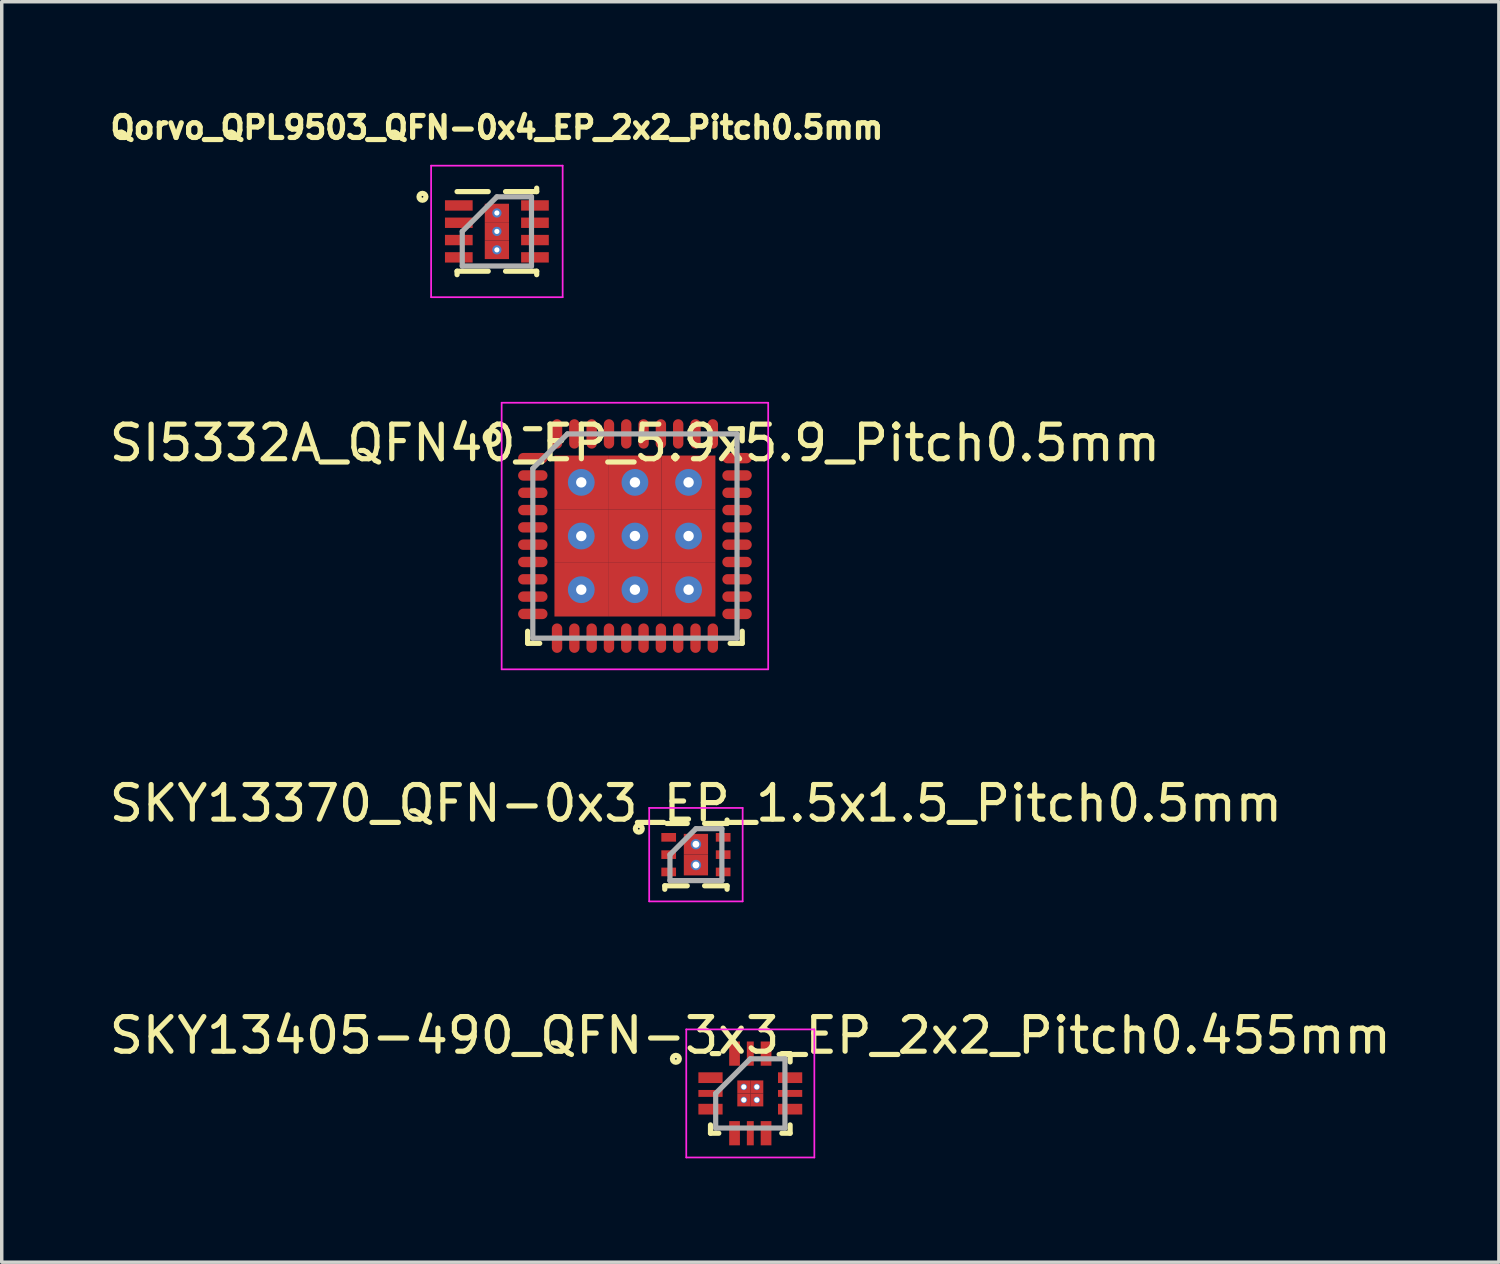
<source format=kicad_pcb>
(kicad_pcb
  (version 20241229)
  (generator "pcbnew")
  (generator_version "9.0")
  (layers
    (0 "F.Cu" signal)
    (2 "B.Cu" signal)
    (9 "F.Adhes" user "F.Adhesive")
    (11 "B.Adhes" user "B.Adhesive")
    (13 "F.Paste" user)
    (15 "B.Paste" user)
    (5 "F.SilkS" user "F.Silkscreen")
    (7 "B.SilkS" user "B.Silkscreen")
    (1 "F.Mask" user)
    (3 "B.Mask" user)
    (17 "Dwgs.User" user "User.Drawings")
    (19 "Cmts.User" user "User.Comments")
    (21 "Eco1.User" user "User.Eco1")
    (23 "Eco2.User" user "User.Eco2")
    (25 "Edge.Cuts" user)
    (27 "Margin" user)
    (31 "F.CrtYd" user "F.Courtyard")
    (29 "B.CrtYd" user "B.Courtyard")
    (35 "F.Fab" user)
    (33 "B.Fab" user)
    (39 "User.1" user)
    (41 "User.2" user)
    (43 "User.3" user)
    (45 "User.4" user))
  (footprint "Qorvo_QPL9503_QFN-0x4_EP_2x2_Pitch0.5mm"
    (layer "F.Cu")
    (at 11.304 3.635)
    (property "Reference" "Qorvo_QPL9503_QFN-0x4_EP_2x2_Pitch0.5mm" (at 0 -3 0) (layer "F.SilkS") (effects (font (size 0.635 0.635) (thickness 0.15))))
    (attr smd)
    (fp_line (start -1.15 1.15) (end -1.15 1.25) (stroke (width 0.15) (type solid)) (layer "F.SilkS"))
    (fp_line (start -0.25 -1.15) (end -1.15 -1.15) (stroke (width 0.15) (type solid)) (layer "F.SilkS"))
    (fp_line (start -0.25 1.15) (end -1.15 1.15) (stroke (width 0.15) (type solid)) (layer "F.SilkS"))
    (fp_line (start 0.25 -1.15) (end 1.15 -1.15) (stroke (width 0.15) (type solid)) (layer "F.SilkS"))
    (fp_line (start 0.25 1.15) (end 1.15 1.15) (stroke (width 0.15) (type solid)) (layer "F.SilkS"))
    (fp_line (start 1.15 -1.15) (end 1.15 -1.25) (stroke (width 0.15) (type solid)) (layer "F.SilkS"))
    (fp_line (start 1.15 1.15) (end 1.15 1.25) (stroke (width 0.15) (type solid)) (layer "F.SilkS"))
    (fp_circle (center -2.15 -1) (end -2.15 -0.9) (stroke (width 0.15) (type solid)) (fill no) (layer "F.SilkS"))
    (fp_line (start -1.9 -1.9) (end 1.9 -1.9) (stroke (width 0.05) (type solid)) (layer "F.CrtYd"))
    (fp_line (start -1.9 1.9) (end -1.9 -1.9) (stroke (width 0.05) (type solid)) (layer "F.CrtYd"))
    (fp_line (start 1.9 -1.9) (end 1.9 1.9) (stroke (width 0.05) (type solid)) (layer "F.CrtYd"))
    (fp_line (start 1.9 1.9) (end -1.9 1.9) (stroke (width 0.05) (type solid)) (layer "F.CrtYd"))
    (fp_line (start -1 0) (end -1 1) (stroke (width 0.15) (type solid)) (layer "F.Fab"))
    (fp_line (start -1 1) (end 1 1) (stroke (width 0.15) (type solid)) (layer "F.Fab"))
    (fp_line (start 0 -1) (end -1 0) (stroke (width 0.15) (type solid)) (layer "F.Fab"))
    (fp_line (start 1 -1) (end 0 -1) (stroke (width 0.15) (type solid)) (layer "F.Fab"))
    (fp_line (start 1 1) (end 1 -1) (stroke (width 0.15) (type solid)) (layer "F.Fab"))
    (pad "1" smd rect (at -1.1 -0.75 90) (size 0.3 0.8) (layers "F.Cu" "F.Mask" "F.Paste"))
    (pad "2" smd rect (at -1.1 -0.25 90) (size 0.3 0.8) (layers "F.Cu" "F.Mask" "F.Paste"))
    (pad "3" smd rect (at -1.1 0.25 90) (size 0.3 0.8) (layers "F.Cu" "F.Mask" "F.Paste"))
    (pad "4" smd rect (at -1.1 0.75 90) (size 0.3 0.8) (layers "F.Cu" "F.Mask" "F.Paste"))
    (pad "5" smd rect (at 1.1 0.75 90) (size 0.3 0.8) (layers "F.Cu" "F.Mask" "F.Paste"))
    (pad "6" smd rect (at 1.1 0.25 90) (size 0.3 0.8) (layers "F.Cu" "F.Mask" "F.Paste"))
    (pad "7" smd rect (at 1.1 -0.25 90) (size 0.3 0.8) (layers "F.Cu" "F.Mask" "F.Paste"))
    (pad "8" smd rect (at 1.1 -0.75 90) (size 0.3 0.8) (layers "F.Cu" "F.Mask" "F.Paste"))
    (pad "9" thru_hole circle (at 0 -0.533) (size 0.267 0.267) (drill 0.15) (layers "*.Cu" "*.Mask"))
    (pad "9" smd rect (at 0 -0.533) (size 0.7 0.533) (layers "F.Cu" "F.Mask" "F.Paste"))
    (pad "9" thru_hole circle (at 0 0) (size 0.267 0.267) (drill 0.15) (layers "*.Cu" "*.Mask"))
    (pad "9" smd rect (at 0 0) (size 0.7 0.533) (layers "F.Cu" "F.Mask" "F.Paste"))
    (pad "9" thru_hole circle (at 0 0.533) (size 0.267 0.267) (drill 0.15) (layers "*.Cu" "*.Mask"))
    (pad "9" smd rect (at 0 0.533) (size 0.7 0.533) (layers "F.Cu" "F.Mask" "F.Paste")))
  (footprint "SI5332A_QFN40_EP_5.9x5.9_Pitch0.5mm"
    (layer "F.Cu")
    (at 15.292 12.435)
    (property "Reference" "SI5332A_QFN40_EP_5.9x5.9_Pitch0.5mm" (at 0 -2.688 0) (layer "F.SilkS") (effects (font (size 1 1) (thickness 0.15))))
    (attr through_hole)
    (fp_line (start -3.1 3.1) (end -3.1 2.75) (stroke (width 0.15) (type solid)) (layer "F.SilkS"))
    (fp_line (start -2.75 -3.1) (end -3.163 -3.1) (stroke (width 0.15) (type solid)) (layer "F.SilkS"))
    (fp_line (start -2.75 3.1) (end -3.1 3.1) (stroke (width 0.15) (type solid)) (layer "F.SilkS"))
    (fp_line (start 2.75 -3.1) (end 3.1 -3.1) (stroke (width 0.15) (type solid)) (layer "F.SilkS"))
    (fp_line (start 2.75 3.1) (end 3.1 3.1) (stroke (width 0.15) (type solid)) (layer "F.SilkS"))
    (fp_line (start 3.1 -3.1) (end 3.1 -2.75) (stroke (width 0.15) (type solid)) (layer "F.SilkS"))
    (fp_line (start 3.1 3.1) (end 3.1 2.75) (stroke (width 0.15) (type solid)) (layer "F.SilkS"))
    (fp_circle (center -4.125 -2.85) (end -4.125 -2.65) (stroke (width 0.15) (type solid)) (fill no) (layer "F.SilkS"))
    (fp_line (start -3.85 -3.85) (end 3.85 -3.85) (stroke (width 0.05) (type solid)) (layer "F.CrtYd"))
    (fp_line (start -3.85 3.85) (end -3.85 -3.85) (stroke (width 0.05) (type solid)) (layer "F.CrtYd"))
    (fp_line (start 3.85 -3.85) (end 3.85 3.85) (stroke (width 0.05) (type solid)) (layer "F.CrtYd"))
    (fp_line (start 3.85 3.85) (end -3.85 3.85) (stroke (width 0.05) (type solid)) (layer "F.CrtYd"))
    (fp_line (start -2.95 -1.95) (end -2.95 2.95) (stroke (width 0.15) (type solid)) (layer "F.Fab"))
    (fp_line (start -2.95 2.95) (end 2.95 2.95) (stroke (width 0.15) (type solid)) (layer "F.Fab"))
    (fp_line (start -1.95 -2.95) (end -2.95 -1.95) (stroke (width 0.15) (type solid)) (layer "F.Fab"))
    (fp_line (start 2.95 -2.95) (end -1.95 -2.95) (stroke (width 0.15) (type solid)) (layer "F.Fab"))
    (fp_line (start 2.95 2.95) (end 2.95 -2.95) (stroke (width 0.15) (type solid)) (layer "F.Fab"))
    (pad "1" smd oval (at -2.95 -2.25 90) (size 0.3 0.85) (layers "F.Cu" "F.Mask" "F.Paste"))
    (pad "2" smd oval (at -2.95 -1.75 90) (size 0.3 0.85) (layers "F.Cu" "F.Mask" "F.Paste"))
    (pad "3" smd oval (at -2.95 -1.25 90) (size 0.3 0.85) (layers "F.Cu" "F.Mask" "F.Paste"))
    (pad "4" smd oval (at -2.95 -0.75 90) (size 0.3 0.85) (layers "F.Cu" "F.Mask" "F.Paste"))
    (pad "5" smd oval (at -2.95 -0.25 90) (size 0.3 0.85) (layers "F.Cu" "F.Mask" "F.Paste"))
    (pad "6" smd oval (at -2.95 0.25 90) (size 0.3 0.85) (layers "F.Cu" "F.Mask" "F.Paste"))
    (pad "7" smd oval (at -2.95 0.75 90) (size 0.3 0.85) (layers "F.Cu" "F.Mask" "F.Paste"))
    (pad "8" smd oval (at -2.95 1.25 90) (size 0.3 0.85) (layers "F.Cu" "F.Mask" "F.Paste"))
    (pad "9" smd oval (at -2.95 1.75 90) (size 0.3 0.85) (layers "F.Cu" "F.Mask" "F.Paste"))
    (pad "10" smd oval (at -2.95 2.25 90) (size 0.3 0.85) (layers "F.Cu" "F.Mask" "F.Paste"))
    (pad "11" smd oval (at -2.25 2.95) (size 0.3 0.85) (layers "F.Cu" "F.Mask" "F.Paste"))
    (pad "12" smd oval (at -1.75 2.95) (size 0.3 0.85) (layers "F.Cu" "F.Mask" "F.Paste"))
    (pad "13" smd oval (at -1.25 2.95) (size 0.3 0.85) (layers "F.Cu" "F.Mask" "F.Paste"))
    (pad "14" smd oval (at -0.75 2.95) (size 0.3 0.85) (layers "F.Cu" "F.Mask" "F.Paste"))
    (pad "15" smd oval (at -0.25 2.95) (size 0.3 0.85) (layers "F.Cu" "F.Mask" "F.Paste"))
    (pad "16" smd oval (at 0.25 2.95) (size 0.3 0.85) (layers "F.Cu" "F.Mask" "F.Paste"))
    (pad "17" smd oval (at 0.75 2.95) (size 0.3 0.85) (layers "F.Cu" "F.Mask" "F.Paste"))
    (pad "18" smd oval (at 1.25 2.95) (size 0.3 0.85) (layers "F.Cu" "F.Mask" "F.Paste"))
    (pad "19" smd oval (at 1.75 2.95) (size 0.3 0.85) (layers "F.Cu" "F.Mask" "F.Paste"))
    (pad "20" smd oval (at 2.25 2.95) (size 0.3 0.85) (layers "F.Cu" "F.Mask" "F.Paste"))
    (pad "21" smd oval (at 2.95 2.25 90) (size 0.3 0.85) (layers "F.Cu" "F.Mask" "F.Paste"))
    (pad "22" smd oval (at 2.95 1.75 90) (size 0.3 0.85) (layers "F.Cu" "F.Mask" "F.Paste"))
    (pad "23" smd oval (at 2.95 1.25 90) (size 0.3 0.85) (layers "F.Cu" "F.Mask" "F.Paste"))
    (pad "24" smd oval (at 2.95 0.75 90) (size 0.3 0.85) (layers "F.Cu" "F.Mask" "F.Paste"))
    (pad "25" smd oval (at 2.95 0.25 90) (size 0.3 0.85) (layers "F.Cu" "F.Mask" "F.Paste"))
    (pad "26" smd oval (at 2.95 -0.25 90) (size 0.3 0.85) (layers "F.Cu" "F.Mask" "F.Paste"))
    (pad "27" smd oval (at 2.95 -0.75 90) (size 0.3 0.85) (layers "F.Cu" "F.Mask" "F.Paste"))
    (pad "28" smd oval (at 2.95 -1.25 90) (size 0.3 0.85) (layers "F.Cu" "F.Mask" "F.Paste"))
    (pad "29" smd oval (at 2.95 -1.75 90) (size 0.3 0.85) (layers "F.Cu" "F.Mask" "F.Paste"))
    (pad "30" smd oval (at 2.95 -2.25 90) (size 0.3 0.85) (layers "F.Cu" "F.Mask" "F.Paste"))
    (pad "31" smd oval (at 2.25 -2.95) (size 0.3 0.85) (layers "F.Cu" "F.Mask" "F.Paste"))
    (pad "32" smd oval (at 1.75 -2.95) (size 0.3 0.85) (layers "F.Cu" "F.Mask" "F.Paste"))
    (pad "33" smd oval (at 1.25 -2.95) (size 0.3 0.85) (layers "F.Cu" "F.Mask" "F.Paste"))
    (pad "34" smd oval (at 0.75 -2.95) (size 0.3 0.85) (layers "F.Cu" "F.Mask" "F.Paste"))
    (pad "35" smd oval (at 0.25 -2.95) (size 0.3 0.85) (layers "F.Cu" "F.Mask" "F.Paste"))
    (pad "36" smd oval (at -0.25 -2.95) (size 0.3 0.85) (layers "F.Cu" "F.Mask" "F.Paste"))
    (pad "37" smd oval (at -0.75 -2.95) (size 0.3 0.85) (layers "F.Cu" "F.Mask" "F.Paste"))
    (pad "38" smd oval (at -1.25 -2.95) (size 0.3 0.85) (layers "F.Cu" "F.Mask" "F.Paste"))
    (pad "39" smd oval (at -1.75 -2.95) (size 0.3 0.85) (layers "F.Cu" "F.Mask" "F.Paste"))
    (pad "40" smd oval (at -2.25 -2.95) (size 0.3 0.85) (layers "F.Cu" "F.Mask" "F.Paste"))
    (pad "41" thru_hole circle (at -1.55 -1.55) (size 0.775 0.775) (drill 0.3) (layers "*.Cu" "*.Mask"))
    (pad "41" smd rect (at -1.55 -1.55) (size 1.55 1.55) (layers "F.Cu" "F.Mask" "F.Paste"))
    (pad "41" thru_hole circle (at -1.55 0) (size 0.775 0.775) (drill 0.3) (layers "*.Cu" "*.Mask"))
    (pad "41" smd rect (at -1.55 0) (size 1.55 1.55) (layers "F.Cu" "F.Mask" "F.Paste"))
    (pad "41" thru_hole circle (at -1.55 1.55) (size 0.775 0.775) (drill 0.3) (layers "*.Cu" "*.Mask"))
    (pad "41" smd rect (at -1.55 1.55) (size 1.55 1.55) (layers "F.Cu" "F.Mask" "F.Paste"))
    (pad "41" thru_hole circle (at 0 -1.55) (size 0.775 0.775) (drill 0.3) (layers "*.Cu" "*.Mask"))
    (pad "41" smd rect (at 0 -1.55) (size 1.55 1.55) (layers "F.Cu" "F.Mask" "F.Paste"))
    (pad "41" thru_hole circle (at 0 0) (size 0.775 0.775) (drill 0.3) (layers "*.Cu" "*.Mask"))
    (pad "41" smd rect (at 0 0) (size 1.55 1.55) (layers "F.Cu" "F.Mask" "F.Paste"))
    (pad "41" thru_hole circle (at 0 1.55) (size 0.775 0.775) (drill 0.3) (layers "*.Cu" "*.Mask"))
    (pad "41" smd rect (at 0 1.55) (size 1.55 1.55) (layers "F.Cu" "F.Mask" "F.Paste"))
    (pad "41" thru_hole circle (at 1.55 -1.55) (size 0.775 0.775) (drill 0.3) (layers "*.Cu" "*.Mask"))
    (pad "41" smd rect (at 1.55 -1.55) (size 1.55 1.55) (layers "F.Cu" "F.Mask" "F.Paste"))
    (pad "41" thru_hole circle (at 1.55 0) (size 0.775 0.775) (drill 0.3) (layers "*.Cu" "*.Mask"))
    (pad "41" smd rect (at 1.55 0) (size 1.55 1.55) (layers "F.Cu" "F.Mask" "F.Paste"))
    (pad "41" thru_hole circle (at 1.55 1.55) (size 0.775 0.775) (drill 0.3) (layers "*.Cu" "*.Mask"))
    (pad "41" smd rect (at 1.55 1.55) (size 1.55 1.55) (layers "F.Cu" "F.Mask" "F.Paste")))
  (footprint "SKY13370_QFN-0x3_EP_1.5x1.5_Pitch0.5mm"
    (layer "F.Cu")
    (at 17.054 21.639)
    (property "Reference" "SKY13370_QFN-0x3_EP_1.5x1.5_Pitch0.5mm" (at 0 -1.481 0) (layer "F.SilkS") (effects (font (size 1 1) (thickness 0.15))))
    (attr through_hole)
    (fp_line (start -0.9 0.9) (end -0.9 1) (stroke (width 0.15) (type default)) (layer "F.SilkS"))
    (fp_line (start -0.25 -0.9) (end -0.838 -0.9) (stroke (width 0.15) (type default)) (layer "F.SilkS"))
    (fp_line (start -0.25 0.9) (end -0.9 0.9) (stroke (width 0.15) (type default)) (layer "F.SilkS"))
    (fp_line (start 0.25 -0.9) (end 0.9 -0.9) (stroke (width 0.15) (type default)) (layer "F.SilkS"))
    (fp_line (start 0.25 0.9) (end 0.9 0.9) (stroke (width 0.15) (type default)) (layer "F.SilkS"))
    (fp_line (start 0.9 -0.9) (end 0.9 -1) (stroke (width 0.15) (type default)) (layer "F.SilkS"))
    (fp_line (start 0.9 0.9) (end 0.9 1) (stroke (width 0.15) (type default)) (layer "F.SilkS"))
    (fp_circle (center -1.65 -0.75) (end -1.65 -0.65) (stroke (width 0.15) (type default)) (fill no) (layer "F.SilkS"))
    (fp_line (start -1.35 -1.35) (end 1.35 -1.35) (stroke (width 0.05) (type default)) (layer "F.CrtYd"))
    (fp_line (start -1.35 1.35) (end -1.35 -1.35) (stroke (width 0.05) (type default)) (layer "F.CrtYd"))
    (fp_line (start 1.35 -1.35) (end 1.35 1.35) (stroke (width 0.05) (type default)) (layer "F.CrtYd"))
    (fp_line (start 1.35 1.35) (end -1.35 1.35) (stroke (width 0.05) (type default)) (layer "F.CrtYd"))
    (fp_line (start -0.75 0) (end -0.75 0.75) (stroke (width 0.15) (type default)) (layer "F.Fab"))
    (fp_line (start -0.75 0.75) (end 0.75 0.75) (stroke (width 0.15) (type default)) (layer "F.Fab"))
    (fp_line (start 0 -0.75) (end -0.75 0) (stroke (width 0.15) (type default)) (layer "F.Fab"))
    (fp_line (start 0.75 -0.75) (end 0 -0.75) (stroke (width 0.15) (type default)) (layer "F.Fab"))
    (fp_line (start 0.75 0.75) (end 0.75 -0.75) (stroke (width 0.15) (type default)) (layer "F.Fab"))
    (pad "1" smd rect (at -0.787 -0.5 90) (size 0.25 0.425) (layers "F.Cu" "F.Mask" "F.Paste"))
    (pad "2" smd rect (at -0.787 0 90) (size 0.25 0.425) (layers "F.Cu" "F.Mask" "F.Paste"))
    (pad "3" smd rect (at -0.787 0.5 90) (size 0.25 0.425) (layers "F.Cu" "F.Mask" "F.Paste"))
    (pad "4" smd rect (at 0.787 0.5 90) (size 0.25 0.425) (layers "F.Cu" "F.Mask" "F.Paste"))
    (pad "5" smd rect (at 0.787 0 90) (size 0.25 0.425) (layers "F.Cu" "F.Mask" "F.Paste"))
    (pad "6" smd rect (at 0.787 -0.5 90) (size 0.25 0.425) (layers "F.Cu" "F.Mask" "F.Paste"))
    (pad "7" thru_hole circle (at 0 -0.3) (size 0.3 0.3) (drill 0.2) (layers "*.Cu" "*.Mask"))
    (pad "7" smd rect (at 0 -0.3) (size 0.7 0.6) (layers "F.Cu" "F.Mask" "F.Paste"))
    (pad "7" thru_hole circle (at 0 0.3) (size 0.3 0.3) (drill 0.2) (layers "*.Cu" "*.Mask"))
    (pad "7" smd rect (at 0 0.3) (size 0.7 0.6) (layers "F.Cu" "F.Mask" "F.Paste")))
  (footprint "SKY13405-490_QFN-3x3_EP_2x2_Pitch0.455mm"
    (layer "F.Cu")
    (at 18.625 28.537)
    (property "Reference" "SKY13405-490_QFN-3x3_EP_2x2_Pitch0.455mm" (at 0 -1.675 0) (layer "F.SilkS") (effects (font (size 1 1) (thickness 0.15))))
    (attr smd)
    (fp_line (start -1.15 1.15) (end -1.15 0.91) (stroke (width 0.15) (type solid)) (layer "F.SilkS"))
    (fp_line (start -0.91 -1.15) (end -1.1 -1.15) (stroke (width 0.15) (type solid)) (layer "F.SilkS"))
    (fp_line (start -0.91 1.15) (end -1.15 1.15) (stroke (width 0.15) (type solid)) (layer "F.SilkS"))
    (fp_line (start 0.91 -1.15) (end 1.15 -1.15) (stroke (width 0.15) (type solid)) (layer "F.SilkS"))
    (fp_line (start 0.91 1.15) (end 1.15 1.15) (stroke (width 0.15) (type solid)) (layer "F.SilkS"))
    (fp_line (start 1.15 -1.15) (end 1.15 -0.91) (stroke (width 0.15) (type solid)) (layer "F.SilkS"))
    (fp_line (start 1.15 1.15) (end 1.15 0.91) (stroke (width 0.15) (type solid)) (layer "F.SilkS"))
    (fp_circle (center -2.15 -1) (end -2.15 -0.9) (stroke (width 0.15) (type solid)) (fill no) (layer "F.SilkS"))
    (fp_line (start -1.85 -1.85) (end 1.85 -1.85) (stroke (width 0.05) (type solid)) (layer "F.CrtYd"))
    (fp_line (start -1.85 1.85) (end -1.85 -1.85) (stroke (width 0.05) (type solid)) (layer "F.CrtYd"))
    (fp_line (start 1.85 -1.85) (end 1.85 1.85) (stroke (width 0.05) (type solid)) (layer "F.CrtYd"))
    (fp_line (start 1.85 1.85) (end -1.85 1.85) (stroke (width 0.05) (type solid)) (layer "F.CrtYd"))
    (fp_line (start -1 0) (end -1 1) (stroke (width 0.15) (type solid)) (layer "F.Fab"))
    (fp_line (start -1 1) (end 1 1) (stroke (width 0.15) (type solid)) (layer "F.Fab"))
    (fp_line (start 0 -1) (end -1 0) (stroke (width 0.15) (type solid)) (layer "F.Fab"))
    (fp_line (start 1 -1) (end 0 -1) (stroke (width 0.15) (type solid)) (layer "F.Fab"))
    (fp_line (start 1 1) (end 1 -1) (stroke (width 0.15) (type solid)) (layer "F.Fab"))
    (pad "1" smd rect (at -1.15 -0.455 90) (size 0.31 0.7) (layers "F.Cu" "F.Mask" "F.Paste"))
    (pad "2" smd rect (at -1.15 0 90) (size 0.2 0.7) (layers "F.Cu" "F.Mask" "F.Paste"))
    (pad "3" smd rect (at -1.15 0.455 90) (size 0.31 0.7) (layers "F.Cu" "F.Mask" "F.Paste"))
    (pad "4" smd rect (at -0.455 1.15) (size 0.31 0.7) (layers "F.Cu" "F.Mask" "F.Paste"))
    (pad "5" smd rect (at 0 1.15) (size 0.2 0.7) (layers "F.Cu" "F.Mask" "F.Paste"))
    (pad "6" smd rect (at 0.455 1.15) (size 0.31 0.7) (layers "F.Cu" "F.Mask" "F.Paste"))
    (pad "7" smd rect (at 1.15 0.455 90) (size 0.31 0.7) (layers "F.Cu" "F.Mask" "F.Paste"))
    (pad "8" smd rect (at 1.15 0 90) (size 0.2 0.7) (layers "F.Cu" "F.Mask" "F.Paste"))
    (pad "9" smd rect (at 1.15 -0.455 90) (size 0.31 0.7) (layers "F.Cu" "F.Mask" "F.Paste"))
    (pad "10" smd rect (at 0.455 -1.15) (size 0.31 0.7) (layers "F.Cu" "F.Mask" "F.Paste"))
    (pad "11" smd rect (at 0 -1.15) (size 0.2 0.7) (layers "F.Cu" "F.Mask" "F.Paste"))
    (pad "12" smd rect (at -0.455 -1.15) (size 0.31 0.7) (layers "F.Cu" "F.Mask" "F.Paste"))
    (pad "13" thru_hole circle (at -0.188 -0.188) (size 0.188 0.188) (drill 0.15) (layers "*.Cu" "*.Mask"))
    (pad "13" smd rect (at -0.188 -0.188) (size 0.375 0.375) (layers "F.Cu" "F.Mask" "F.Paste"))
    (pad "13" thru_hole circle (at -0.188 0.188) (size 0.188 0.188) (drill 0.15) (layers "*.Cu" "*.Mask"))
    (pad "13" smd rect (at -0.188 0.188) (size 0.375 0.375) (layers "F.Cu" "F.Mask" "F.Paste"))
    (pad "13" thru_hole circle (at 0.188 -0.188) (size 0.188 0.188) (drill 0.15) (layers "*.Cu" "*.Mask"))
    (pad "13" smd rect (at 0.188 -0.188) (size 0.375 0.375) (layers "F.Cu" "F.Mask" "F.Paste"))
    (pad "13" thru_hole circle (at 0.188 0.188) (size 0.188 0.188) (drill 0.15) (layers "*.Cu" "*.Mask"))
    (pad "13" smd rect (at 0.188 0.188) (size 0.375 0.375) (layers "F.Cu" "F.Mask" "F.Paste")))
  (gr_rect
    (start -3 -3)
    (end 40.25 33.412)
    (stroke (width 0.1) (type default))
    (fill no)
    (layer "Edge.Cuts")))
</source>
